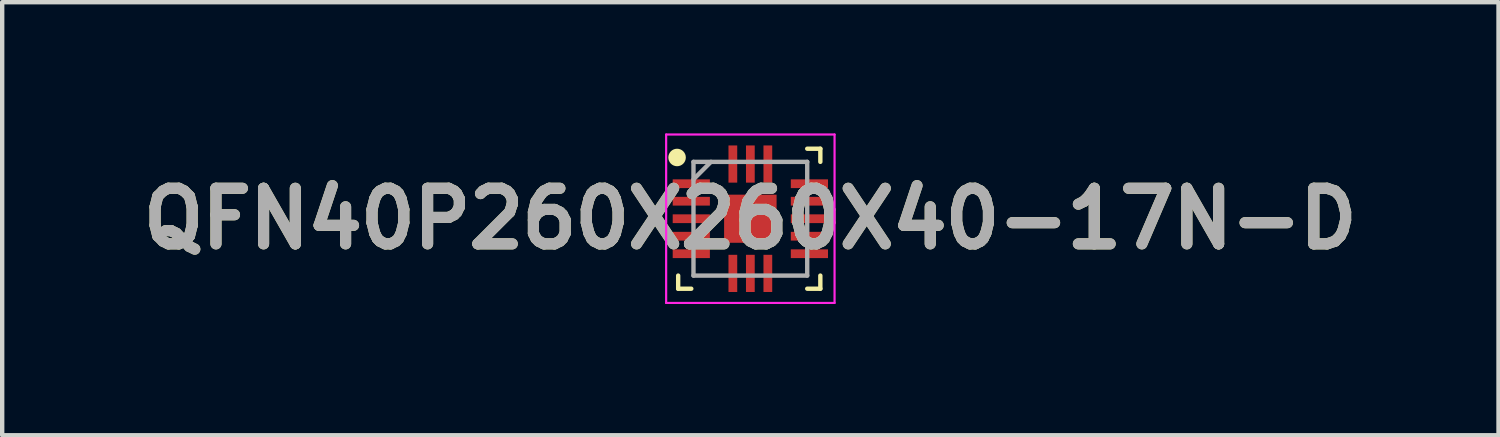
<source format=kicad_pcb>
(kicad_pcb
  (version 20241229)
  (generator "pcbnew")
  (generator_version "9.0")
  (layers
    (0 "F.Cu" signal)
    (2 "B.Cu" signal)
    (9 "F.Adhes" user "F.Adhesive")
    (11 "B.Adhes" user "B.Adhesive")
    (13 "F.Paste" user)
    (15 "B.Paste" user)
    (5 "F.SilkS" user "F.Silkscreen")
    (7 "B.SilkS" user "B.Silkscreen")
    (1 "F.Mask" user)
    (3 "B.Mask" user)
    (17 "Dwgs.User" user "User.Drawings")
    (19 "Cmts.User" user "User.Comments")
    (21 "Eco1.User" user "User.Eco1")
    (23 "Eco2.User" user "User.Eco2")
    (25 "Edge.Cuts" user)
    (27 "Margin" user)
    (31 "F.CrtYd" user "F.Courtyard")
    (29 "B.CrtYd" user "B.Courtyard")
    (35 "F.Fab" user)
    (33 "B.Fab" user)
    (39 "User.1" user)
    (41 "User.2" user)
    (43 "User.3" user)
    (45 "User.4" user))
  (footprint "QFN40P260X260X40-17N-D"
    (layer "F.Cu")
    (at 14.103 1.95)
    (property "Reference" "QFN40P260X260X40-17N-D" (at 0 0 0) (layer "F.SilkS") (effects (font (size 1.27 1.27) (thickness 0.254))))
    (attr smd)
    (fp_line (start -1.65 1.6) (end -1.65 1.3) (stroke (width 0.1) (type default)) (layer "F.SilkS"))
    (fp_line (start -1.35 1.6) (end -1.65 1.6) (stroke (width 0.1) (type default)) (layer "F.SilkS"))
    (fp_line (start 1.3 -1.6) (end 1.6 -1.6) (stroke (width 0.1) (type default)) (layer "F.SilkS"))
    (fp_line (start 1.6 -1.6) (end 1.6 -1.3) (stroke (width 0.1) (type default)) (layer "F.SilkS"))
    (fp_line (start 1.6 1.3) (end 1.6 1.6) (stroke (width 0.1) (type default)) (layer "F.SilkS"))
    (fp_line (start 1.6 1.6) (end 1.3 1.6) (stroke (width 0.1) (type default)) (layer "F.SilkS"))
    (fp_circle (center -1.675 -1.4) (end -1.675 -1.3) (stroke (width 0.2) (type solid)) (fill no) (layer "F.SilkS"))
    (fp_line (start -1.925 -1.925) (end 1.925 -1.925) (stroke (width 0.05) (type solid)) (layer "F.CrtYd"))
    (fp_line (start -1.925 1.925) (end -1.925 -1.925) (stroke (width 0.05) (type solid)) (layer "F.CrtYd"))
    (fp_line (start 1.925 -1.925) (end 1.925 1.925) (stroke (width 0.05) (type solid)) (layer "F.CrtYd"))
    (fp_line (start 1.925 1.925) (end -1.925 1.925) (stroke (width 0.05) (type solid)) (layer "F.CrtYd"))
    (fp_line (start -1.3 -1.3) (end 1.3 -1.3) (stroke (width 0.1) (type solid)) (layer "F.Fab"))
    (fp_line (start -1.3 -0.9) (end -0.9 -1.3) (stroke (width 0.1) (type solid)) (layer "F.Fab"))
    (fp_line (start -1.3 1.3) (end -1.3 -1.3) (stroke (width 0.1) (type solid)) (layer "F.Fab"))
    (fp_line (start 1.3 -1.3) (end 1.3 1.3) (stroke (width 0.1) (type solid)) (layer "F.Fab"))
    (fp_line (start 1.3 1.3) (end -1.3 1.3) (stroke (width 0.1) (type solid)) (layer "F.Fab"))
    (fp_text user "${REFERENCE}" (at 0 0 0) (layer "F.Fab") (effects (font (size 1.27 1.27) (thickness 0.254))))
    (pad "1" smd rect (at -1.35 -0.8 90) (size 0.2 0.85) (layers "F.Cu" "F.Mask" "F.Paste"))
    (pad "2" smd rect (at -1.35 -0.4 90) (size 0.2 0.85) (layers "F.Cu" "F.Mask" "F.Paste"))
    (pad "3" smd rect (at -1.35 0 90) (size 0.2 0.85) (layers "F.Cu" "F.Mask" "F.Paste"))
    (pad "4" smd rect (at -1.35 0.4 90) (size 0.2 0.85) (layers "F.Cu" "F.Mask" "F.Paste"))
    (pad "5" smd rect (at -1.35 0.8 90) (size 0.2 0.85) (layers "F.Cu" "F.Mask" "F.Paste"))
    (pad "6" smd rect (at -0.4 1.25) (size 0.2 0.85) (layers "F.Cu" "F.Mask" "F.Paste"))
    (pad "7" smd rect (at 0 1.25) (size 0.2 0.85) (layers "F.Cu" "F.Mask" "F.Paste"))
    (pad "8" smd rect (at 0.4 1.25) (size 0.2 0.85) (layers "F.Cu" "F.Mask" "F.Paste"))
    (pad "9" smd rect (at 1.35 0.8 90) (size 0.2 0.85) (layers "F.Cu" "F.Mask" "F.Paste"))
    (pad "10" smd rect (at 1.35 0.4 90) (size 0.2 0.85) (layers "F.Cu" "F.Mask" "F.Paste"))
    (pad "11" smd rect (at 1.35 0 90) (size 0.2 0.85) (layers "F.Cu" "F.Mask" "F.Paste"))
    (pad "12" smd rect (at 1.35 -0.4 90) (size 0.2 0.85) (layers "F.Cu" "F.Mask" "F.Paste"))
    (pad "13" smd rect (at 1.35 -0.8 90) (size 0.2 0.85) (layers "F.Cu" "F.Mask" "F.Paste"))
    (pad "14" smd rect (at 0.4 -1.25) (size 0.2 0.85) (layers "F.Cu" "F.Mask" "F.Paste"))
    (pad "15" smd rect (at 0 -1.25) (size 0.2 0.85) (layers "F.Cu" "F.Mask" "F.Paste"))
    (pad "16" smd rect (at -0.4 -1.25) (size 0.2 0.85) (layers "F.Cu" "F.Mask" "F.Paste"))
    (pad "17" smd rect (at 0 0 90) (size 1.1 1.2) (layers "F.Cu" "F.Mask" "F.Paste")))
  (gr_rect
    (start -3 -3)
    (end 31.206 6.9)
    (stroke (width 0.1) (type default))
    (fill no)
    (layer "Edge.Cuts")))
</source>
